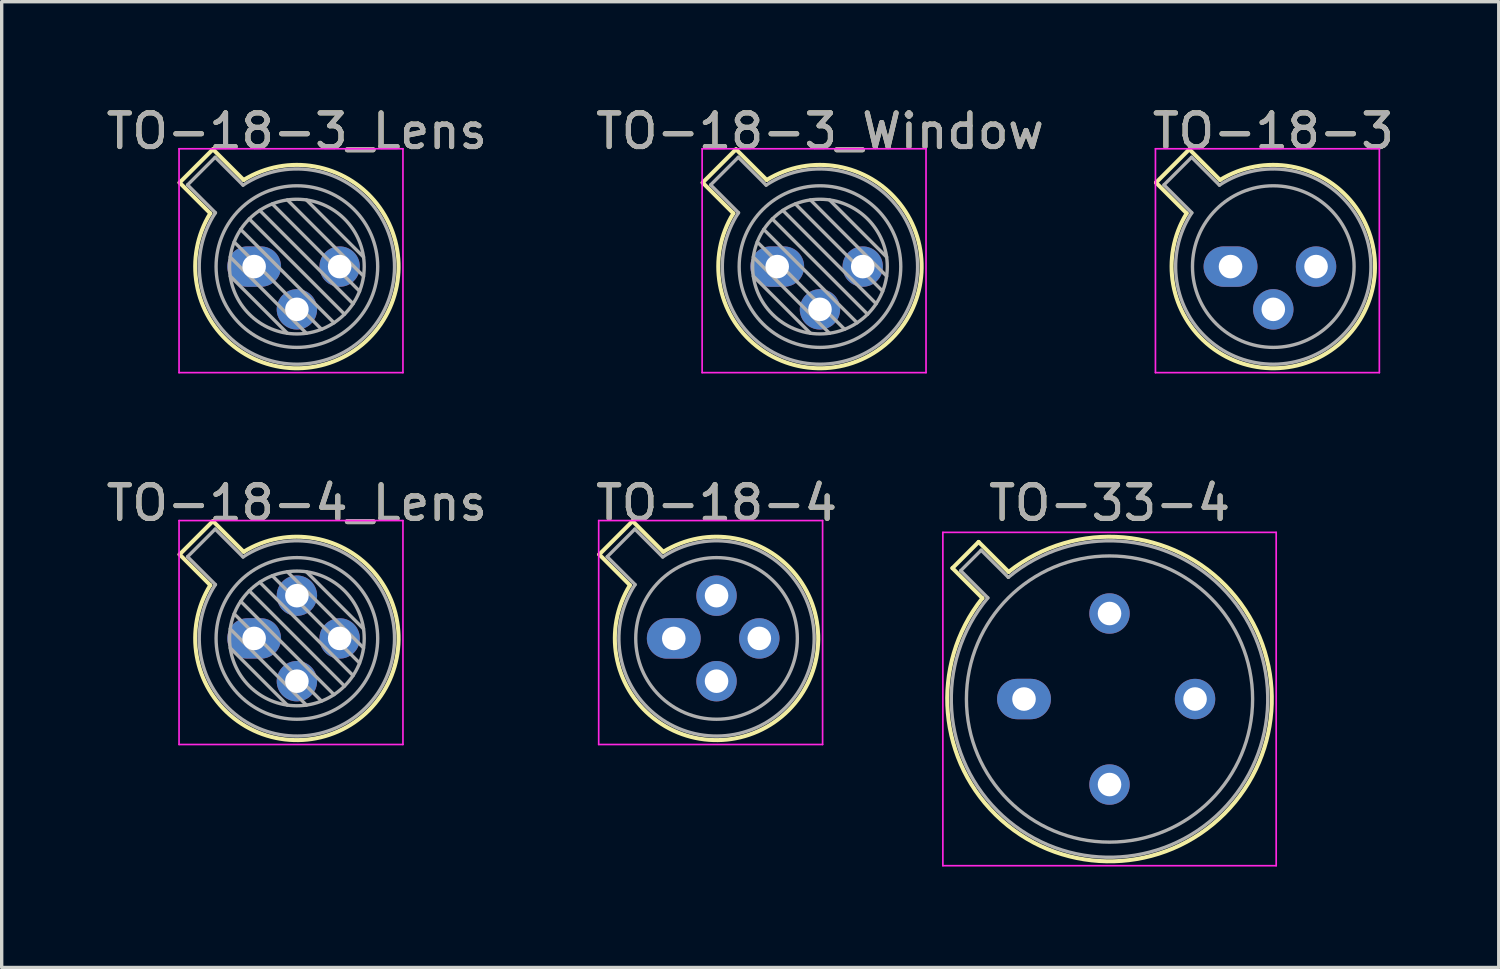
<source format=kicad_pcb>
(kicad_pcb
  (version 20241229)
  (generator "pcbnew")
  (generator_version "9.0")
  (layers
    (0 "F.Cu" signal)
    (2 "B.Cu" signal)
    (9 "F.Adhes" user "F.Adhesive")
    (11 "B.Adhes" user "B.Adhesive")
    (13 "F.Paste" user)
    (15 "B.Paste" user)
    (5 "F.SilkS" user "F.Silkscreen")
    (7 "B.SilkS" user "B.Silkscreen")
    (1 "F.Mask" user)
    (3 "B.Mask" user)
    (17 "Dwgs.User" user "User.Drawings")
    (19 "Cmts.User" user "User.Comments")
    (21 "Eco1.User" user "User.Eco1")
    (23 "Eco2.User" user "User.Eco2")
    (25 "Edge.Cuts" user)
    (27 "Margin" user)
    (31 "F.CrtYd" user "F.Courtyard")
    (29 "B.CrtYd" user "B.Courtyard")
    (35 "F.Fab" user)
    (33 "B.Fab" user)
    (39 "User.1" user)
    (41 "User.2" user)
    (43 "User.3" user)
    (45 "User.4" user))
  (footprint "TO-18-3"
    (layer "F.Cu")
    (at 33.498 4.868)
    (property "Reference" "TO-18-3" (at 1.27 -4.02 0) (layer "F.SilkS") (effects (font (size 1 1) (thickness 0.15))))
    (attr through_hole)
    (fp_line (start -2.214 -2.494) (end -1.302 -1.582) (stroke (width 0.12) (type solid)) (layer "F.SilkS"))
    (fp_line (start -1.224 -3.484) (end -2.214 -2.494) (stroke (width 0.12) (type solid)) (layer "F.SilkS"))
    (fp_line (start -0.312 -2.572) (end -1.224 -3.484) (stroke (width 0.12) (type solid)) (layer "F.SilkS"))
    (fp_arc (start -0.312331 -2.572281) (mid 3.405374 2.135551) (end -1.30215 -1.582544) (stroke (width 0.12) (type solid)) (layer "F.SilkS"))
    (fp_line (start -2.23 -3.5) (end -2.23 3.15) (stroke (width 0.05) (type solid)) (layer "F.CrtYd"))
    (fp_line (start -2.23 3.15) (end 4.42 3.15) (stroke (width 0.05) (type solid)) (layer "F.CrtYd"))
    (fp_line (start 4.42 -3.5) (end -2.23 -3.5) (stroke (width 0.05) (type solid)) (layer "F.CrtYd"))
    (fp_line (start 4.42 3.15) (end 4.42 -3.5) (stroke (width 0.05) (type solid)) (layer "F.CrtYd"))
    (fp_line (start -1.977 -2.426) (end -1.149 -1.599) (stroke (width 0.1) (type solid)) (layer "F.Fab"))
    (fp_line (start -1.156 -3.247) (end -1.977 -2.426) (stroke (width 0.1) (type solid)) (layer "F.Fab"))
    (fp_line (start -0.329 -2.419) (end -1.156 -3.247) (stroke (width 0.1) (type solid)) (layer "F.Fab"))
    (fp_arc (start -0.329057 -2.419301) (mid 3.321076 2.050143) (end -1.150029 -1.597956) (stroke (width 0.1) (type solid)) (layer "F.Fab"))
    (fp_circle (center 1.27 0) (end 3.67 0) (stroke (width 0.1) (type solid)) (fill no) (layer "F.Fab"))
    (fp_text user "${REFERENCE}" (at 1.27 -4.02 0) (layer "F.Fab") (effects (font (size 1 1) (thickness 0.15))))
    (pad "1" thru_hole oval (at 0 0) (size 1.6 1.2) (drill 0.7) (layers "*.Cu" "*.Mask"))
    (pad "2" thru_hole oval (at 1.27 1.27) (size 1.2 1.2) (drill 0.7) (layers "*.Cu" "*.Mask"))
    (pad "3" thru_hole oval (at 2.54 0) (size 1.2 1.2) (drill 0.7) (layers "*.Cu" "*.Mask")))
  (footprint "TO-18-3_Lens"
    (layer "F.Cu")
    (at 4.498 4.868)
    (property "Reference" "TO-18-3_Lens" (at 1.27 -4.02 0) (layer "F.SilkS") (effects (font (size 1 1) (thickness 0.15))))
    (attr through_hole)
    (fp_line (start -2.214 -2.494) (end -1.302 -1.582) (stroke (width 0.12) (type solid)) (layer "F.SilkS"))
    (fp_line (start -1.224 -3.484) (end -2.214 -2.494) (stroke (width 0.12) (type solid)) (layer "F.SilkS"))
    (fp_line (start -0.312 -2.572) (end -1.224 -3.484) (stroke (width 0.12) (type solid)) (layer "F.SilkS"))
    (fp_arc (start -0.312331 -2.572281) (mid 3.405374 2.135551) (end -1.30215 -1.582544) (stroke (width 0.12) (type solid)) (layer "F.SilkS"))
    (fp_line (start -2.23 -3.5) (end -2.23 3.15) (stroke (width 0.05) (type solid)) (layer "F.CrtYd"))
    (fp_line (start -2.23 3.15) (end 4.42 3.15) (stroke (width 0.05) (type solid)) (layer "F.CrtYd"))
    (fp_line (start 4.42 -3.5) (end -2.23 -3.5) (stroke (width 0.05) (type solid)) (layer "F.CrtYd"))
    (fp_line (start 4.42 3.15) (end 4.42 -3.5) (stroke (width 0.05) (type solid)) (layer "F.CrtYd"))
    (fp_line (start -1.977 -2.426) (end -1.149 -1.599) (stroke (width 0.1) (type solid)) (layer "F.Fab"))
    (fp_line (start -1.156 -3.247) (end -1.977 -2.426) (stroke (width 0.1) (type solid)) (layer "F.Fab"))
    (fp_line (start -0.71 -0.283) (end 1.553 1.98) (stroke (width 0.1) (type solid)) (layer "F.Fab"))
    (fp_line (start -0.71 0.283) (end 0.987 1.98) (stroke (width 0.1) (type solid)) (layer "F.Fab"))
    (fp_line (start -0.592 -0.731) (end 2.001 1.862) (stroke (width 0.1) (type solid)) (layer "F.Fab"))
    (fp_line (start -0.399 -1.103) (end 2.373 1.669) (stroke (width 0.1) (type solid)) (layer "F.Fab"))
    (fp_line (start -0.329 -2.419) (end -1.156 -3.247) (stroke (width 0.1) (type solid)) (layer "F.Fab"))
    (fp_line (start -0.145 -1.415) (end 2.685 1.415) (stroke (width 0.1) (type solid)) (layer "F.Fab"))
    (fp_line (start 0.167 -1.669) (end 2.939 1.103) (stroke (width 0.1) (type solid)) (layer "F.Fab"))
    (fp_line (start 0.539 -1.862) (end 3.132 0.731) (stroke (width 0.1) (type solid)) (layer "F.Fab"))
    (fp_line (start 0.987 -1.98) (end 3.25 0.283) (stroke (width 0.1) (type solid)) (layer "F.Fab"))
    (fp_line (start 1.553 -1.98) (end 3.25 -0.283) (stroke (width 0.1) (type solid)) (layer "F.Fab"))
    (fp_arc (start -0.329057 -2.419301) (mid 3.321076 2.050143) (end -1.150029 -1.597956) (stroke (width 0.1) (type solid)) (layer "F.Fab"))
    (fp_circle (center 1.27 0) (end 3.27 0) (stroke (width 0.1) (type solid)) (fill no) (layer "F.Fab"))
    (fp_circle (center 1.27 0) (end 3.67 0) (stroke (width 0.1) (type solid)) (fill no) (layer "F.Fab"))
    (fp_text user "${REFERENCE}" (at 1.27 -4.02 0) (layer "F.Fab") (effects (font (size 1 1) (thickness 0.15))))
    (pad "1" thru_hole oval (at 0 0) (size 1.6 1.2) (drill 0.7) (layers "*.Cu" "*.Mask"))
    (pad "2" thru_hole oval (at 1.27 1.27) (size 1.2 1.2) (drill 0.7) (layers "*.Cu" "*.Mask"))
    (pad "3" thru_hole oval (at 2.54 0) (size 1.2 1.2) (drill 0.7) (layers "*.Cu" "*.Mask")))
  (footprint "TO-18-4"
    (layer "F.Cu")
    (at 16.962 15.912)
    (property "Reference" "TO-18-4" (at 1.27 -4.02 0) (layer "F.SilkS") (effects (font (size 1 1) (thickness 0.15))))
    (attr through_hole)
    (fp_line (start -2.214 -2.494) (end -1.302 -1.582) (stroke (width 0.12) (type solid)) (layer "F.SilkS"))
    (fp_line (start -1.224 -3.484) (end -2.214 -2.494) (stroke (width 0.12) (type solid)) (layer "F.SilkS"))
    (fp_line (start -0.312 -2.572) (end -1.224 -3.484) (stroke (width 0.12) (type solid)) (layer "F.SilkS"))
    (fp_arc (start -0.312331 -2.572281) (mid 3.405374 2.135551) (end -1.30215 -1.582544) (stroke (width 0.12) (type solid)) (layer "F.SilkS"))
    (fp_line (start -2.23 -3.5) (end -2.23 3.15) (stroke (width 0.05) (type solid)) (layer "F.CrtYd"))
    (fp_line (start -2.23 3.15) (end 4.42 3.15) (stroke (width 0.05) (type solid)) (layer "F.CrtYd"))
    (fp_line (start 4.42 -3.5) (end -2.23 -3.5) (stroke (width 0.05) (type solid)) (layer "F.CrtYd"))
    (fp_line (start 4.42 3.15) (end 4.42 -3.5) (stroke (width 0.05) (type solid)) (layer "F.CrtYd"))
    (fp_line (start -1.977 -2.426) (end -1.149 -1.599) (stroke (width 0.1) (type solid)) (layer "F.Fab"))
    (fp_line (start -1.156 -3.247) (end -1.977 -2.426) (stroke (width 0.1) (type solid)) (layer "F.Fab"))
    (fp_line (start -0.329 -2.419) (end -1.156 -3.247) (stroke (width 0.1) (type solid)) (layer "F.Fab"))
    (fp_arc (start -0.329057 -2.419301) (mid 3.321076 2.050143) (end -1.150029 -1.597956) (stroke (width 0.1) (type solid)) (layer "F.Fab"))
    (fp_circle (center 1.27 0) (end 3.67 0) (stroke (width 0.1) (type solid)) (fill no) (layer "F.Fab"))
    (fp_text user "${REFERENCE}" (at 1.27 -4.02 0) (layer "F.Fab") (effects (font (size 1 1) (thickness 0.15))))
    (pad "1" thru_hole oval (at 0 0) (size 1.6 1.2) (drill 0.7) (layers "*.Cu" "*.Mask"))
    (pad "2" thru_hole oval (at 1.27 1.27) (size 1.2 1.2) (drill 0.7) (layers "*.Cu" "*.Mask"))
    (pad "3" thru_hole oval (at 2.54 0) (size 1.2 1.2) (drill 0.7) (layers "*.Cu" "*.Mask"))
    (pad "4" thru_hole oval (at 1.27 -1.27) (size 1.2 1.2) (drill 0.7) (layers "*.Cu" "*.Mask")))
  (footprint "TO-18-4_Lens"
    (layer "F.Cu")
    (at 4.498 15.912)
    (property "Reference" "TO-18-4_Lens" (at 1.27 -4.02 0) (layer "F.SilkS") (effects (font (size 1 1) (thickness 0.15))))
    (attr through_hole)
    (fp_line (start -2.214 -2.494) (end -1.302 -1.582) (stroke (width 0.12) (type solid)) (layer "F.SilkS"))
    (fp_line (start -1.224 -3.484) (end -2.214 -2.494) (stroke (width 0.12) (type solid)) (layer "F.SilkS"))
    (fp_line (start -0.312 -2.572) (end -1.224 -3.484) (stroke (width 0.12) (type solid)) (layer "F.SilkS"))
    (fp_arc (start -0.312331 -2.572281) (mid 3.405374 2.135551) (end -1.30215 -1.582544) (stroke (width 0.12) (type solid)) (layer "F.SilkS"))
    (fp_line (start -2.23 -3.5) (end -2.23 3.15) (stroke (width 0.05) (type solid)) (layer "F.CrtYd"))
    (fp_line (start -2.23 3.15) (end 4.42 3.15) (stroke (width 0.05) (type solid)) (layer "F.CrtYd"))
    (fp_line (start 4.42 -3.5) (end -2.23 -3.5) (stroke (width 0.05) (type solid)) (layer "F.CrtYd"))
    (fp_line (start 4.42 3.15) (end 4.42 -3.5) (stroke (width 0.05) (type solid)) (layer "F.CrtYd"))
    (fp_line (start -1.977 -2.426) (end -1.149 -1.599) (stroke (width 0.1) (type solid)) (layer "F.Fab"))
    (fp_line (start -1.156 -3.247) (end -1.977 -2.426) (stroke (width 0.1) (type solid)) (layer "F.Fab"))
    (fp_line (start -0.71 -0.283) (end 1.553 1.98) (stroke (width 0.1) (type solid)) (layer "F.Fab"))
    (fp_line (start -0.71 0.283) (end 0.987 1.98) (stroke (width 0.1) (type solid)) (layer "F.Fab"))
    (fp_line (start -0.592 -0.731) (end 2.001 1.862) (stroke (width 0.1) (type solid)) (layer "F.Fab"))
    (fp_line (start -0.399 -1.103) (end 2.373 1.669) (stroke (width 0.1) (type solid)) (layer "F.Fab"))
    (fp_line (start -0.329 -2.419) (end -1.156 -3.247) (stroke (width 0.1) (type solid)) (layer "F.Fab"))
    (fp_line (start -0.145 -1.415) (end 2.685 1.415) (stroke (width 0.1) (type solid)) (layer "F.Fab"))
    (fp_line (start 0.167 -1.669) (end 2.939 1.103) (stroke (width 0.1) (type solid)) (layer "F.Fab"))
    (fp_line (start 0.539 -1.862) (end 3.132 0.731) (stroke (width 0.1) (type solid)) (layer "F.Fab"))
    (fp_line (start 0.987 -1.98) (end 3.25 0.283) (stroke (width 0.1) (type solid)) (layer "F.Fab"))
    (fp_line (start 1.553 -1.98) (end 3.25 -0.283) (stroke (width 0.1) (type solid)) (layer "F.Fab"))
    (fp_arc (start -0.329057 -2.419301) (mid 3.321076 2.050143) (end -1.150029 -1.597956) (stroke (width 0.1) (type solid)) (layer "F.Fab"))
    (fp_circle (center 1.27 0) (end 3.27 0) (stroke (width 0.1) (type solid)) (fill no) (layer "F.Fab"))
    (fp_circle (center 1.27 0) (end 3.67 0) (stroke (width 0.1) (type solid)) (fill no) (layer "F.Fab"))
    (fp_text user "${REFERENCE}" (at 1.27 -4.02 0) (layer "F.Fab") (effects (font (size 1 1) (thickness 0.15))))
    (pad "1" thru_hole oval (at 0 0) (size 1.6 1.2) (drill 0.7) (layers "*.Cu" "*.Mask"))
    (pad "2" thru_hole oval (at 1.27 1.27) (size 1.2 1.2) (drill 0.7) (layers "*.Cu" "*.Mask"))
    (pad "3" thru_hole oval (at 2.54 0) (size 1.2 1.2) (drill 0.7) (layers "*.Cu" "*.Mask"))
    (pad "4" thru_hole oval (at 1.27 -1.27) (size 1.2 1.2) (drill 0.7) (layers "*.Cu" "*.Mask")))
  (footprint "TO-33-4"
    (layer "F.Cu")
    (at 27.364 17.712)
    (property "Reference" "TO-33-4" (at 2.54 -5.82 0) (layer "F.SilkS") (effects (font (size 1 1) (thickness 0.15))))
    (attr through_hole)
    (fp_line (start -2.126 -3.888) (end -1.235 -2.997) (stroke (width 0.12) (type solid)) (layer "F.SilkS"))
    (fp_line (start -1.348 -4.666) (end -2.126 -3.888) (stroke (width 0.12) (type solid)) (layer "F.SilkS"))
    (fp_line (start -0.457 -3.775) (end -1.348 -4.666) (stroke (width 0.12) (type solid)) (layer "F.SilkS"))
    (fp_arc (start -0.457084 -3.774902) (mid 5.948125 3.408384) (end -1.234674 -2.997371) (stroke (width 0.12) (type solid)) (layer "F.SilkS"))
    (fp_line (start -2.41 -4.95) (end -2.41 4.95) (stroke (width 0.05) (type solid)) (layer "F.CrtYd"))
    (fp_line (start -2.41 4.95) (end 7.49 4.95) (stroke (width 0.05) (type solid)) (layer "F.CrtYd"))
    (fp_line (start 7.49 -4.95) (end -2.41 -4.95) (stroke (width 0.05) (type solid)) (layer "F.CrtYd"))
    (fp_line (start 7.49 4.95) (end 7.49 -4.95) (stroke (width 0.05) (type solid)) (layer "F.CrtYd"))
    (fp_line (start -1.88 -3.812) (end -1.074 -3.005) (stroke (width 0.1) (type solid)) (layer "F.Fab"))
    (fp_line (start -1.272 -4.42) (end -1.88 -3.812) (stroke (width 0.1) (type solid)) (layer "F.Fab"))
    (fp_line (start -0.465 -3.614) (end -1.272 -4.42) (stroke (width 0.1) (type solid)) (layer "F.Fab"))
    (fp_arc (start -0.465408 -3.61352) (mid 5.863443 3.323361) (end -1.073594 -3.005319) (stroke (width 0.1) (type solid)) (layer "F.Fab"))
    (fp_circle (center 2.54 0) (end 6.79 0) (stroke (width 0.1) (type solid)) (fill no) (layer "F.Fab"))
    (fp_text user "${REFERENCE}" (at 2.54 -5.82 0) (layer "F.Fab") (effects (font (size 1 1) (thickness 0.15))))
    (pad "1" thru_hole oval (at 0 0) (size 1.6 1.2) (drill 0.7) (layers "*.Cu" "*.Mask"))
    (pad "2" thru_hole oval (at 2.54 2.54) (size 1.2 1.2) (drill 0.7) (layers "*.Cu" "*.Mask"))
    (pad "3" thru_hole oval (at 5.08 0) (size 1.2 1.2) (drill 0.7) (layers "*.Cu" "*.Mask"))
    (pad "4" thru_hole oval (at 2.54 -2.54) (size 1.2 1.2) (drill 0.7) (layers "*.Cu" "*.Mask")))
  (footprint "TO-18-3_Window"
    (layer "F.Cu")
    (at 20.034 4.868)
    (property "Reference" "TO-18-3_Window" (at 1.27 -4.02 0) (layer "F.SilkS") (effects (font (size 1 1) (thickness 0.15))))
    (attr through_hole)
    (fp_line (start -2.214 -2.494) (end -1.302 -1.582) (stroke (width 0.12) (type solid)) (layer "F.SilkS"))
    (fp_line (start -1.224 -3.484) (end -2.214 -2.494) (stroke (width 0.12) (type solid)) (layer "F.SilkS"))
    (fp_line (start -0.312 -2.572) (end -1.224 -3.484) (stroke (width 0.12) (type solid)) (layer "F.SilkS"))
    (fp_arc (start -0.312331 -2.572281) (mid 3.405374 2.135551) (end -1.30215 -1.582544) (stroke (width 0.12) (type solid)) (layer "F.SilkS"))
    (fp_line (start -2.23 -3.5) (end -2.23 3.15) (stroke (width 0.05) (type solid)) (layer "F.CrtYd"))
    (fp_line (start -2.23 3.15) (end 4.42 3.15) (stroke (width 0.05) (type solid)) (layer "F.CrtYd"))
    (fp_line (start 4.42 -3.5) (end -2.23 -3.5) (stroke (width 0.05) (type solid)) (layer "F.CrtYd"))
    (fp_line (start 4.42 3.15) (end 4.42 -3.5) (stroke (width 0.05) (type solid)) (layer "F.CrtYd"))
    (fp_line (start -1.977 -2.426) (end -1.149 -1.599) (stroke (width 0.1) (type solid)) (layer "F.Fab"))
    (fp_line (start -1.156 -3.247) (end -1.977 -2.426) (stroke (width 0.1) (type solid)) (layer "F.Fab"))
    (fp_line (start -0.71 -0.283) (end 1.553 1.98) (stroke (width 0.1) (type solid)) (layer "F.Fab"))
    (fp_line (start -0.71 0.283) (end 0.987 1.98) (stroke (width 0.1) (type solid)) (layer "F.Fab"))
    (fp_line (start -0.592 -0.731) (end 2.001 1.862) (stroke (width 0.1) (type solid)) (layer "F.Fab"))
    (fp_line (start -0.399 -1.103) (end 2.373 1.669) (stroke (width 0.1) (type solid)) (layer "F.Fab"))
    (fp_line (start -0.329 -2.419) (end -1.156 -3.247) (stroke (width 0.1) (type solid)) (layer "F.Fab"))
    (fp_line (start -0.145 -1.415) (end 2.685 1.415) (stroke (width 0.1) (type solid)) (layer "F.Fab"))
    (fp_line (start 0.167 -1.669) (end 2.939 1.103) (stroke (width 0.1) (type solid)) (layer "F.Fab"))
    (fp_line (start 0.539 -1.862) (end 3.132 0.731) (stroke (width 0.1) (type solid)) (layer "F.Fab"))
    (fp_line (start 0.987 -1.98) (end 3.25 0.283) (stroke (width 0.1) (type solid)) (layer "F.Fab"))
    (fp_line (start 1.553 -1.98) (end 3.25 -0.283) (stroke (width 0.1) (type solid)) (layer "F.Fab"))
    (fp_arc (start -0.329057 -2.419301) (mid 3.321076 2.050143) (end -1.150029 -1.597956) (stroke (width 0.1) (type solid)) (layer "F.Fab"))
    (fp_circle (center 1.27 0) (end 3.27 0) (stroke (width 0.1) (type solid)) (fill no) (layer "F.Fab"))
    (fp_circle (center 1.27 0) (end 3.67 0) (stroke (width 0.1) (type solid)) (fill no) (layer "F.Fab"))
    (fp_text user "${REFERENCE}" (at 1.27 -4.02 0) (layer "F.Fab") (effects (font (size 1 1) (thickness 0.15))))
    (pad "1" thru_hole oval (at 0 0) (size 1.6 1.2) (drill 0.7) (layers "*.Cu" "*.Mask"))
    (pad "2" thru_hole oval (at 1.27 1.27) (size 1.2 1.2) (drill 0.7) (layers "*.Cu" "*.Mask"))
    (pad "3" thru_hole oval (at 2.54 0) (size 1.2 1.2) (drill 0.7) (layers "*.Cu" "*.Mask")))
  (gr_rect
    (start -3 -3)
    (end 41.464 25.686)
    (stroke (width 0.1) (type default))
    (fill no)
    (layer "Edge.Cuts")))
</source>
